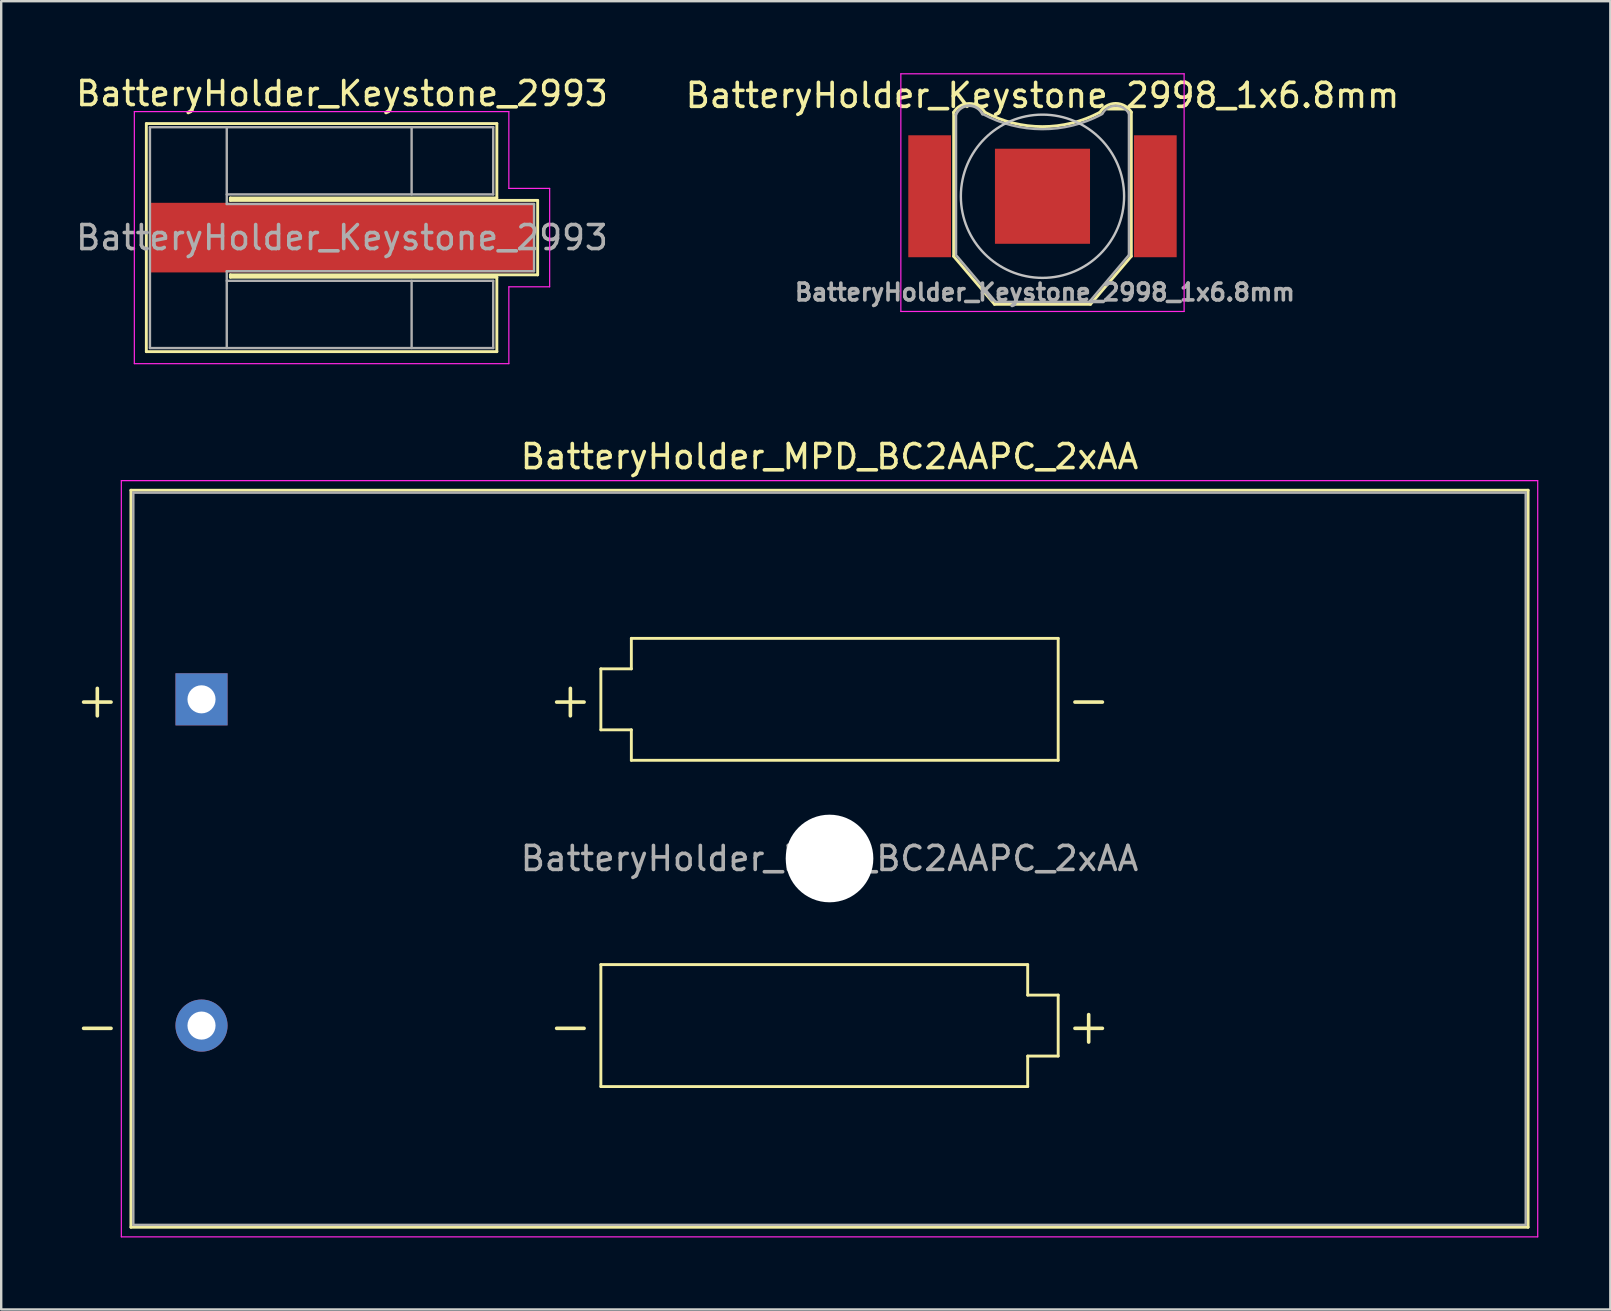
<source format=kicad_pcb>
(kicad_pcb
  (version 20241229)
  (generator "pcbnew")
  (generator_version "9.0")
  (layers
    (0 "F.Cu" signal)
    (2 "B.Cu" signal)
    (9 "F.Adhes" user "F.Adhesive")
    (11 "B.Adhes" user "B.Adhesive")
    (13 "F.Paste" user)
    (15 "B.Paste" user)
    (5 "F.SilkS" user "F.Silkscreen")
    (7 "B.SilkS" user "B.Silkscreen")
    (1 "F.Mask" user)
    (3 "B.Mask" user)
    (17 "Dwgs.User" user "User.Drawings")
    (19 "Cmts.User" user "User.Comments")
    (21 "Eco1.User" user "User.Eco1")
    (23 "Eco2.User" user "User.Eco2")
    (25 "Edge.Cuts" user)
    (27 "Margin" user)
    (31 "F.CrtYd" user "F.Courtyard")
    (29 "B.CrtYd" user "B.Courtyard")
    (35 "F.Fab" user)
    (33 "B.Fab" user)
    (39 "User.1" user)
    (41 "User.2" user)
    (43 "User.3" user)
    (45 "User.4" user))
  (footprint "BatteryHolder_MPD_BC2AAPC_2xAA"
    (layer "F.Cu")
    (at 5.344 26.081)
    (property "Reference" "BatteryHolder_MPD_BC2AAPC_2xAA" (at 26.16 -10.11 0) (layer "F.SilkS") (effects (font (size 1 1) (thickness 0.15))))
    (attr through_hole)
    (fp_line (start -2.94 -8.71) (end -2.94 21.99) (stroke (width 0.12) (type solid)) (layer "F.SilkS"))
    (fp_line (start -2.94 21.99) (end 55.26 21.99) (stroke (width 0.12) (type solid)) (layer "F.SilkS"))
    (fp_line (start 16.635 -1.27) (end 17.905 -1.27) (stroke (width 0.12) (type solid)) (layer "F.SilkS"))
    (fp_line (start 16.635 1.27) (end 16.635 -1.27) (stroke (width 0.12) (type solid)) (layer "F.SilkS"))
    (fp_line (start 16.635 11.05) (end 16.635 16.13) (stroke (width 0.12) (type solid)) (layer "F.SilkS"))
    (fp_line (start 16.635 16.13) (end 34.415 16.13) (stroke (width 0.12) (type solid)) (layer "F.SilkS"))
    (fp_line (start 17.905 -2.54) (end 35.685 -2.54) (stroke (width 0.12) (type solid)) (layer "F.SilkS"))
    (fp_line (start 17.905 -1.27) (end 17.905 -2.54) (stroke (width 0.12) (type solid)) (layer "F.SilkS"))
    (fp_line (start 17.905 1.27) (end 16.635 1.27) (stroke (width 0.12) (type solid)) (layer "F.SilkS"))
    (fp_line (start 17.905 2.54) (end 17.905 1.27) (stroke (width 0.12) (type solid)) (layer "F.SilkS"))
    (fp_line (start 34.415 11.05) (end 16.635 11.05) (stroke (width 0.12) (type solid)) (layer "F.SilkS"))
    (fp_line (start 34.415 12.32) (end 34.415 11.05) (stroke (width 0.12) (type solid)) (layer "F.SilkS"))
    (fp_line (start 34.415 14.86) (end 35.685 14.86) (stroke (width 0.12) (type solid)) (layer "F.SilkS"))
    (fp_line (start 34.415 16.13) (end 34.415 14.86) (stroke (width 0.12) (type solid)) (layer "F.SilkS"))
    (fp_line (start 35.685 -2.54) (end 35.685 2.54) (stroke (width 0.12) (type solid)) (layer "F.SilkS"))
    (fp_line (start 35.685 2.54) (end 17.905 2.54) (stroke (width 0.12) (type solid)) (layer "F.SilkS"))
    (fp_line (start 35.685 12.32) (end 34.415 12.32) (stroke (width 0.12) (type solid)) (layer "F.SilkS"))
    (fp_line (start 35.685 14.86) (end 35.685 12.32) (stroke (width 0.12) (type solid)) (layer "F.SilkS"))
    (fp_line (start 55.26 -8.71) (end -2.94 -8.71) (stroke (width 0.12) (type solid)) (layer "F.SilkS"))
    (fp_line (start 55.26 21.99) (end 55.26 -8.71) (stroke (width 0.12) (type solid)) (layer "F.SilkS"))
    (fp_line (start -3.34 -9.11) (end -3.34 22.39) (stroke (width 0.05) (type solid)) (layer "F.CrtYd"))
    (fp_line (start -3.34 22.39) (end 55.66 22.39) (stroke (width 0.05) (type solid)) (layer "F.CrtYd"))
    (fp_line (start 55.66 -9.11) (end -3.34 -9.11) (stroke (width 0.05) (type solid)) (layer "F.CrtYd"))
    (fp_line (start 55.66 22.39) (end 55.66 -9.11) (stroke (width 0.05) (type solid)) (layer "F.CrtYd"))
    (fp_line (start -2.84 -8.61) (end -2.84 21.89) (stroke (width 0.1) (type solid)) (layer "F.Fab"))
    (fp_line (start -2.84 21.89) (end 55.16 21.89) (stroke (width 0.1) (type solid)) (layer "F.Fab"))
    (fp_line (start 55.16 -8.61) (end -2.84 -8.61) (stroke (width 0.1) (type solid)) (layer "F.Fab"))
    (fp_line (start 55.16 21.89) (end 55.16 -8.61) (stroke (width 0.1) (type solid)) (layer "F.Fab"))
    (fp_text user "+" (at -4.34 0 0) (layer "F.SilkS") (effects (font (size 1.5 1.5) (thickness 0.15))))
    (fp_text user "-" (at -4.34 13.59 0) (layer "F.SilkS") (effects (font (size 1.5 1.5) (thickness 0.15))))
    (fp_text user "-" (at 36.955 0 0) (layer "F.SilkS") (effects (font (size 1.5 1.5) (thickness 0.15))))
    (fp_text user "-" (at 15.365 13.59 0) (layer "F.SilkS") (effects (font (size 1.5 1.5) (thickness 0.15))))
    (fp_text user "+" (at 15.365 0 0) (layer "F.SilkS") (effects (font (size 1.5 1.5) (thickness 0.15))))
    (fp_text user "+" (at 36.955 13.59 0) (layer "F.SilkS") (effects (font (size 1.5 1.5) (thickness 0.15))))
    (fp_text user "${REFERENCE}" (at 26.16 6.63 0) (layer "F.Fab") (effects (font (size 1 1) (thickness 0.15))))
    (pad "" np_thru_hole circle (at 26.16 6.63) (size 3.65 3.65) (drill 3.65) (layers "*.Cu" "*.Mask"))
    (pad "1" thru_hole rect (at 0 0) (size 2.17 2.17) (drill 1.17) (layers "*.Cu" "*.Mask"))
    (pad "2" thru_hole circle (at 0 13.59) (size 2.17 2.17) (drill 1.17) (layers "*.Cu" "*.Mask")))
  (footprint "BatteryHolder_Keystone_2993"
    (layer "F.Cu")
    (at 11.196 6.848)
    (property "Reference" "BatteryHolder_Keystone_2993" (at 0 -6 0) (layer "F.SilkS") (effects (font (size 1 1) (thickness 0.15))))
    (attr smd)
    (fp_line (start -8.15 -4.75) (end -8.15 4.75) (stroke (width 0.12) (type solid)) (layer "F.SilkS"))
    (fp_line (start -8.15 -4.75) (end 6.45 -4.75) (stroke (width 0.12) (type solid)) (layer "F.SilkS"))
    (fp_line (start -8.15 4.75) (end 6.45 4.75) (stroke (width 0.12) (type solid)) (layer "F.SilkS"))
    (fp_line (start -4.65 -1.65) (end -4.65 -1.55) (stroke (width 0.12) (type solid)) (layer "F.SilkS"))
    (fp_line (start -4.65 -1.55) (end 8.15 -1.55) (stroke (width 0.12) (type solid)) (layer "F.SilkS"))
    (fp_line (start -4.65 1.55) (end 8.15 1.55) (stroke (width 0.12) (type solid)) (layer "F.SilkS"))
    (fp_line (start -4.65 1.65) (end -4.65 1.55) (stroke (width 0.12) (type solid)) (layer "F.SilkS"))
    (fp_line (start 6.45 -4.75) (end 6.45 -1.65) (stroke (width 0.12) (type solid)) (layer "F.SilkS"))
    (fp_line (start 6.45 -1.65) (end -4.65 -1.65) (stroke (width 0.12) (type solid)) (layer "F.SilkS"))
    (fp_line (start 6.45 1.65) (end -4.65 1.65) (stroke (width 0.12) (type solid)) (layer "F.SilkS"))
    (fp_line (start 6.45 4.75) (end 6.45 1.65) (stroke (width 0.12) (type solid)) (layer "F.SilkS"))
    (fp_line (start 8.15 -1.55) (end 8.15 1.55) (stroke (width 0.12) (type solid)) (layer "F.SilkS"))
    (fp_line (start -8.65 -5.25) (end -8.65 5.25) (stroke (width 0.05) (type solid)) (layer "F.CrtYd"))
    (fp_line (start -8.65 -5.25) (end 6.95 -5.25) (stroke (width 0.05) (type solid)) (layer "F.CrtYd"))
    (fp_line (start -8.65 5.25) (end 6.95 5.25) (stroke (width 0.05) (type solid)) (layer "F.CrtYd"))
    (fp_line (start 6.95 -5.25) (end 6.95 -2.05) (stroke (width 0.05) (type solid)) (layer "F.CrtYd"))
    (fp_line (start 6.95 -2.05) (end 8.65 -2.05) (stroke (width 0.05) (type solid)) (layer "F.CrtYd"))
    (fp_line (start 6.95 2.05) (end 8.65 2.05) (stroke (width 0.05) (type solid)) (layer "F.CrtYd"))
    (fp_line (start 6.95 5.25) (end 6.95 2.05) (stroke (width 0.05) (type solid)) (layer "F.CrtYd"))
    (fp_line (start 8.65 -2.05) (end 8.65 2.05) (stroke (width 0.05) (type solid)) (layer "F.CrtYd"))
    (fp_line (start -8 -4.6) (end -8 4.6) (stroke (width 0.1) (type solid)) (layer "F.Fab"))
    (fp_line (start -8 -4.6) (end 6.3 -4.6) (stroke (width 0.1) (type solid)) (layer "F.Fab"))
    (fp_line (start -4.8 -1.4) (end -4.8 -4.6) (stroke (width 0.1) (type solid)) (layer "F.Fab"))
    (fp_line (start -4.8 -1.4) (end 8 -1.4) (stroke (width 0.1) (type solid)) (layer "F.Fab"))
    (fp_line (start -4.8 1.4) (end -4.8 4.6) (stroke (width 0.1) (type solid)) (layer "F.Fab"))
    (fp_line (start 2.9 -1.8) (end 2.9 -4.6) (stroke (width 0.1) (type solid)) (layer "F.Fab"))
    (fp_line (start 2.9 1.8) (end 2.9 4.6) (stroke (width 0.1) (type solid)) (layer "F.Fab"))
    (fp_line (start 6.3 -4.6) (end 6.3 -1.8) (stroke (width 0.1) (type solid)) (layer "F.Fab"))
    (fp_line (start 6.3 -1.8) (end -4.8 -1.8) (stroke (width 0.1) (type solid)) (layer "F.Fab"))
    (fp_line (start 6.3 1.8) (end -4.8 1.8) (stroke (width 0.1) (type solid)) (layer "F.Fab"))
    (fp_line (start 6.3 4.6) (end -8 4.6) (stroke (width 0.1) (type solid)) (layer "F.Fab"))
    (fp_line (start 6.3 4.6) (end 6.3 1.8) (stroke (width 0.1) (type solid)) (layer "F.Fab"))
    (fp_line (start 8 -1.4) (end 8 1.4) (stroke (width 0.1) (type solid)) (layer "F.Fab"))
    (fp_line (start 8 1.4) (end -4.8 1.4) (stroke (width 0.1) (type solid)) (layer "F.Fab"))
    (fp_text user "${REFERENCE}" (at 0 0 0) (layer "F.Fab") (effects (font (size 1 1) (thickness 0.15))))
    (pad "1" smd rect (at 0 0) (size 16 2.9) (layers "F.Cu" "F.Mask" "F.Paste")))
  (footprint "BatteryHolder_Keystone_2998_1x6.8mm"
    (layer "F.Cu")
    (at 40.375 5.125)
    (property "Reference" "BatteryHolder_Keystone_2998_1x6.8mm" (at 0 -4.2 0) (layer "F.SilkS") (effects (font (size 1 1) (thickness 0.15))))
    (attr smd)
    (fp_line (start -3.7 -3.5) (end -3.7 2.5) (stroke (width 0.12) (type solid)) (layer "F.SilkS"))
    (fp_line (start -2 4.5) (end -3.7 2.5) (stroke (width 0.12) (type solid)) (layer "F.SilkS"))
    (fp_line (start -2 4.5) (end 2 4.5) (stroke (width 0.12) (type solid)) (layer "F.SilkS"))
    (fp_line (start 2 4.5) (end 3.7 2.5) (stroke (width 0.12) (type solid)) (layer "F.SilkS"))
    (fp_line (start 3.7 -3.5) (end 3.7 2.5) (stroke (width 0.12) (type solid)) (layer "F.SilkS"))
    (fp_arc (start -3.705648 -3.490673) (mid -3.055452 -3.863197) (end -2.4 -3.5) (stroke (width 0.12) (type solid)) (layer "F.SilkS"))
    (fp_arc (start 2.391383 -3.495415) (mid -0.00488 -2.900002) (end -2.4 -3.5) (stroke (width 0.12) (type solid)) (layer "F.SilkS"))
    (fp_arc (start 2.392627 -3.493972) (mid 3.046477 -3.866382) (end 3.703723 -3.5) (stroke (width 0.12) (type solid)) (layer "F.SilkS"))
    (fp_circle (center 0 0) (end 3.4 0) (stroke (width 0.1) (type solid)) (fill no) (layer "Dwgs.User"))
    (fp_line (start -5.9 -5.1) (end -5.9 4.8) (stroke (width 0.05) (type solid)) (layer "F.CrtYd"))
    (fp_line (start -5.9 4.8) (end 5.9 4.8) (stroke (width 0.05) (type solid)) (layer "F.CrtYd"))
    (fp_line (start 5.9 -5.1) (end -5.9 -5.1) (stroke (width 0.05) (type solid)) (layer "F.CrtYd"))
    (fp_line (start 5.9 4.8) (end 5.9 -5.1) (stroke (width 0.05) (type solid)) (layer "F.CrtYd"))
    (fp_line (start -3.6 -3.4) (end -3.6 2.4) (stroke (width 0.1) (type solid)) (layer "F.Fab"))
    (fp_line (start -3.6 2.45) (end -1.95 4.4) (stroke (width 0.1) (type solid)) (layer "F.Fab"))
    (fp_line (start -1.95 4.4) (end 1.95 4.4) (stroke (width 0.1) (type solid)) (layer "F.Fab"))
    (fp_line (start 1.95 4.4) (end 3.6 2.45) (stroke (width 0.1) (type solid)) (layer "F.Fab"))
    (fp_line (start 3.6 2.45) (end 3.6 -3.5) (stroke (width 0.1) (type solid)) (layer "F.Fab"))
    (fp_arc (start -3.607938 -3.401745) (mid -3.059953 -3.774071) (end -2.5 -3.42) (stroke (width 0.12) (type solid)) (layer "F.Fab"))
    (fp_arc (start 2.464098 -3.410669) (mid -0.020388 -2.794584) (end -2.5 -3.43) (stroke (width 0.1) (type solid)) (layer "F.Fab"))
    (fp_arc (start 2.4959 -3.432087) (mid 3.045544 -3.771756) (end 3.6 -3.44) (stroke (width 0.1) (type solid)) (layer "F.Fab"))
    (fp_text user "${REFERENCE}" (at 0.1 4 0) (layer "F.Fab") (effects (font (size 0.7 0.7) (thickness 0.15))))
    (pad "1" smd rect (at -4.7 0) (size 1.78 5.08) (layers "F.Cu" "F.Mask" "F.Paste"))
    (pad "1" smd rect (at 4.7 0) (size 1.78 5.08) (layers "F.Cu" "F.Mask" "F.Paste"))
    (pad "2" smd rect (at 0 0) (size 3.96 3.96) (layers "F.Cu" "F.Mask" "F.Paste")))
  (gr_rect
    (start -3 -3)
    (end 64.029 51.496)
    (stroke (width 0.1) (type default))
    (fill no)
    (layer "Edge.Cuts")))
</source>
